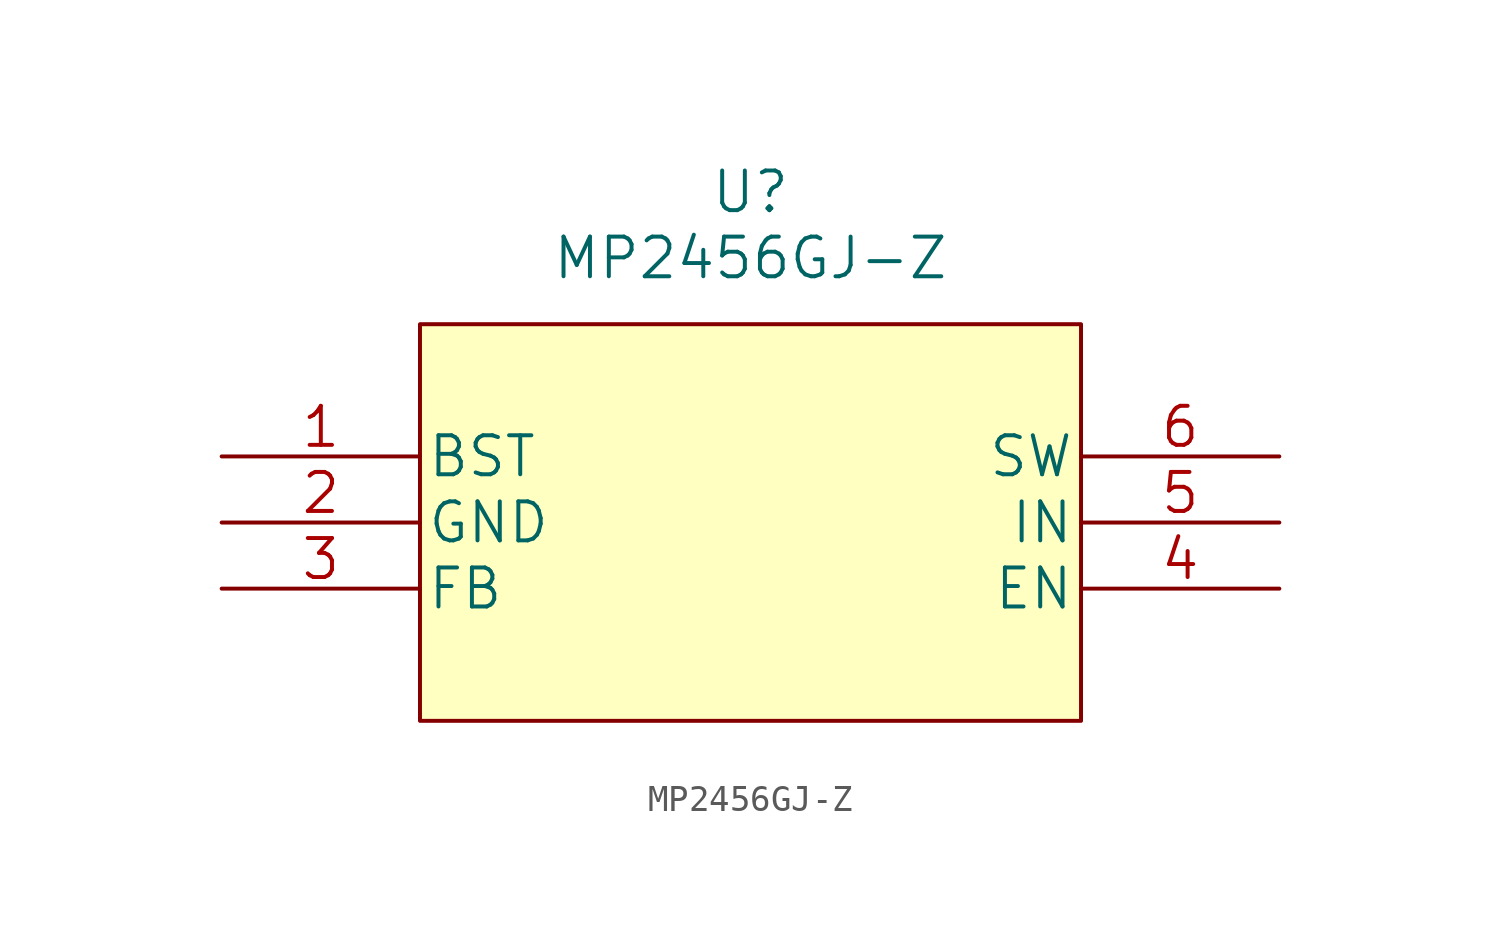
<source format=kicad_sym>
(kicad_symbol_lib
  (version 20211014)
  (generator kicad_symbol_editor)
  (symbol "MP2456GJ-Z"
    (pin_names
      (offset 0.254))
    (property "Reference" "U"
      (at 20.32 10.16 0)
      (effects (font (size 1.524 1.524))))
    (property "Value" "MP2456GJ-Z"
      (at 20.32 7.62 0)
      (effects (font (size 1.524 1.524))))
    (property "Datasheet" ""
      (at 0 0 0)
      (effects (font (size 1.524 1.524))))
    (property "ki_locked" ""
      (at 0 0 0)
      (effects (font (size 1.27 1.27))))
    (symbol "MP2456GJ-Z_1_1"
      (rectangle (start 7.62 5.08) (end 33.02 -10.16) (stroke (width 0) (type default) (color 0 0 0 0)) (fill (type background)))
      (pin unspecified line (at 0 0 0) (length 7.62) (name "BST" (effects (font (size 1.499 1.499)))) (number "1" (effects (font (size 1.499 1.499)))))
      (pin power_in line (at 0 -2.54 0) (length 7.62) (name "GND" (effects (font (size 1.499 1.499)))) (number "2" (effects (font (size 1.499 1.499)))))
      (pin unspecified line (at 0 -5.08 0) (length 7.62) (name "FB" (effects (font (size 1.499 1.499)))) (number "3" (effects (font (size 1.499 1.499)))))
      (pin unspecified line (at 40.64 -5.08 180) (length 7.62) (name "EN" (effects (font (size 1.499 1.499)))) (number "4" (effects (font (size 1.499 1.499)))))
      (pin power_in line (at 40.64 -2.54 180) (length 7.62) (name "IN" (effects (font (size 1.499 1.499)))) (number "5" (effects (font (size 1.499 1.499)))))
      (pin output line (at 40.64 0 180) (length 7.62) (name "SW" (effects (font (size 1.499 1.499)))) (number "6" (effects (font (size 1.499 1.499))))))))
</source>
